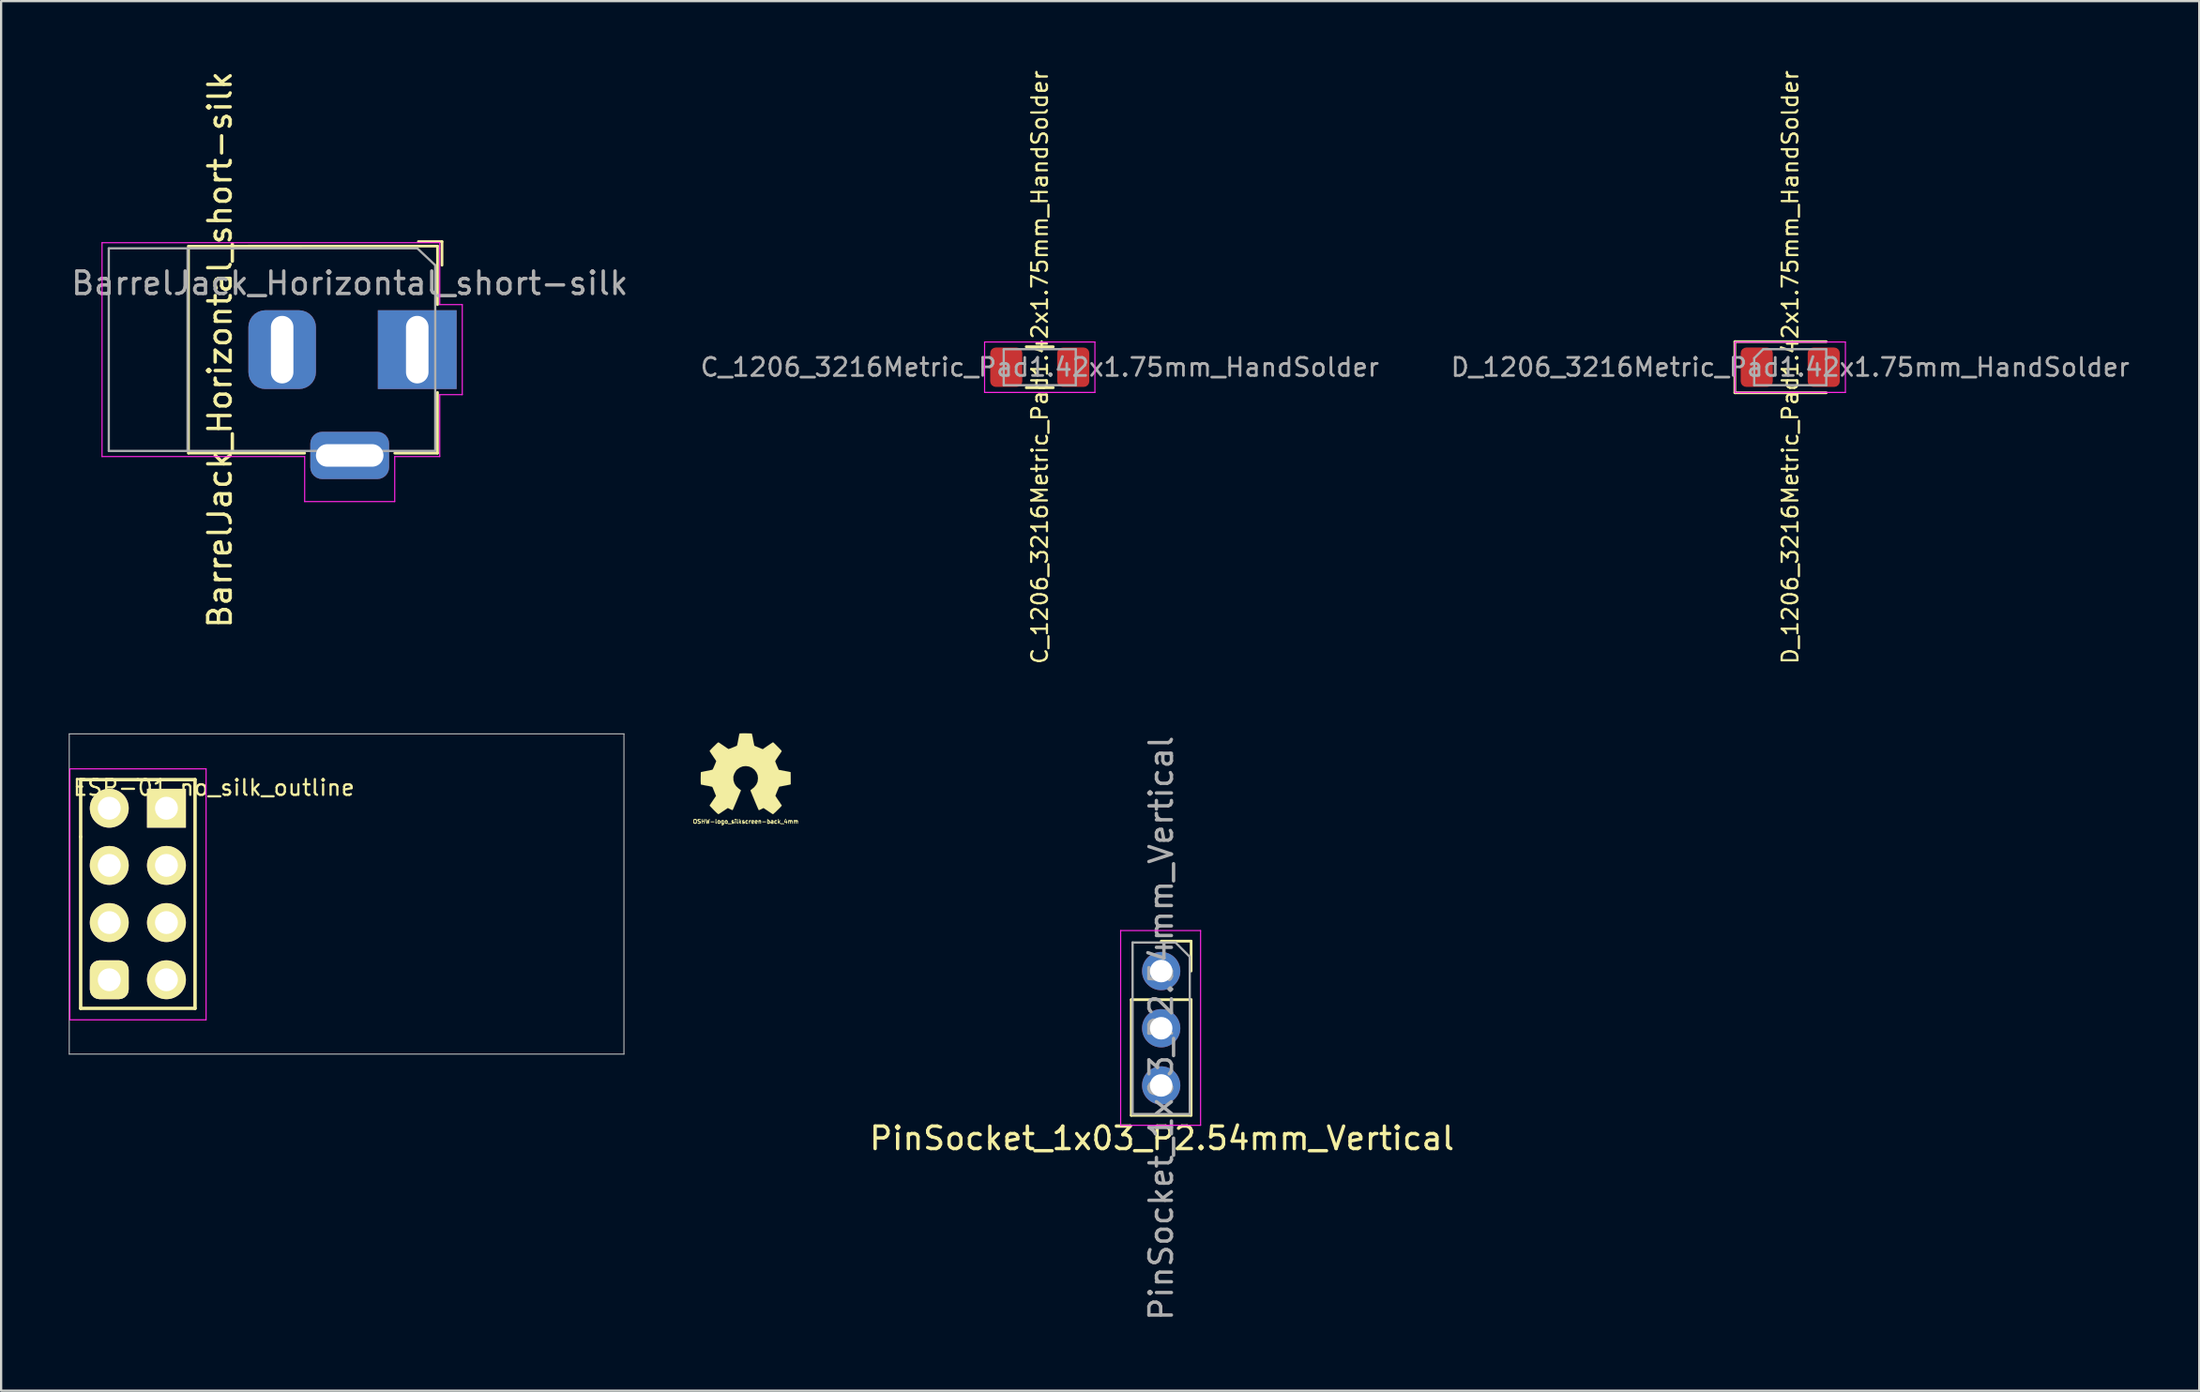
<source format=kicad_pcb>
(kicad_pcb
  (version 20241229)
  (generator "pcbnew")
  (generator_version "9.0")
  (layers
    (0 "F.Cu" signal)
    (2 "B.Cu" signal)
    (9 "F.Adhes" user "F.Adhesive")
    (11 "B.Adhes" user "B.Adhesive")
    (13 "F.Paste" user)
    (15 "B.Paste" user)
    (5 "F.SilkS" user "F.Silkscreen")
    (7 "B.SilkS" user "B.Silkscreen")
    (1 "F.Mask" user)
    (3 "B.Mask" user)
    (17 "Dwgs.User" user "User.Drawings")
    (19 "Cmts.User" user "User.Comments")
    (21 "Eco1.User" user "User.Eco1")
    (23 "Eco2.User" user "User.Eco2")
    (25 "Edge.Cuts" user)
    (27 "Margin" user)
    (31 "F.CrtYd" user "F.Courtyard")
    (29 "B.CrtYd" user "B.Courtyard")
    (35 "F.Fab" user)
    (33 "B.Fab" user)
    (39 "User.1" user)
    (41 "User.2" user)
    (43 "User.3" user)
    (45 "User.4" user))
  (footprint "BarrelJack_Horizontal_short-silk"
    (layer "F.Cu")
    (at 15.482 12.482)
    (property "Reference" "BarrelJack_Horizontal_short-silk" (at -8.763 0 90) (layer "F.SilkS") (effects (font (size 1 1) (thickness 0.15))))
    (attr through_hole)
    (fp_line (start -10.16 -4.597) (end 0.9 -4.6) (stroke (width 0.12) (type solid)) (layer "F.SilkS"))
    (fp_line (start -10.16 4.6) (end -10.16 -4.6) (stroke (width 0.12) (type solid)) (layer "F.SilkS"))
    (fp_line (start -5 4.6) (end -10.16 4.597) (stroke (width 0.12) (type solid)) (layer "F.SilkS"))
    (fp_line (start 0.05 -4.8) (end 1.1 -4.8) (stroke (width 0.12) (type solid)) (layer "F.SilkS"))
    (fp_line (start 0.9 -4.6) (end 0.9 -2) (stroke (width 0.12) (type solid)) (layer "F.SilkS"))
    (fp_line (start 0.9 1.9) (end 0.9 4.6) (stroke (width 0.12) (type solid)) (layer "F.SilkS"))
    (fp_line (start 0.9 4.6) (end -1 4.6) (stroke (width 0.12) (type solid)) (layer "F.SilkS"))
    (fp_line (start 1.1 -3.75) (end 1.1 -4.8) (stroke (width 0.12) (type solid)) (layer "F.SilkS"))
    (fp_line (start -14 4.75) (end -14 -4.75) (stroke (width 0.05) (type solid)) (layer "F.CrtYd"))
    (fp_line (start -5 4.75) (end -14 4.75) (stroke (width 0.05) (type solid)) (layer "F.CrtYd"))
    (fp_line (start -5 6.75) (end -5 4.75) (stroke (width 0.05) (type solid)) (layer "F.CrtYd"))
    (fp_line (start -1 4.75) (end -1 6.75) (stroke (width 0.05) (type solid)) (layer "F.CrtYd"))
    (fp_line (start -1 6.75) (end -5 6.75) (stroke (width 0.05) (type solid)) (layer "F.CrtYd"))
    (fp_line (start 1 -4.75) (end -14 -4.75) (stroke (width 0.05) (type solid)) (layer "F.CrtYd"))
    (fp_line (start 1 -4.5) (end 1 -4.75) (stroke (width 0.05) (type solid)) (layer "F.CrtYd"))
    (fp_line (start 1 -4.5) (end 1 -2) (stroke (width 0.05) (type solid)) (layer "F.CrtYd"))
    (fp_line (start 1 -2) (end 2 -2) (stroke (width 0.05) (type solid)) (layer "F.CrtYd"))
    (fp_line (start 1 2) (end 1 4.75) (stroke (width 0.05) (type solid)) (layer "F.CrtYd"))
    (fp_line (start 1 4.75) (end -1 4.75) (stroke (width 0.05) (type solid)) (layer "F.CrtYd"))
    (fp_line (start 2 -2) (end 2 2) (stroke (width 0.05) (type solid)) (layer "F.CrtYd"))
    (fp_line (start 2 2) (end 1 2) (stroke (width 0.05) (type solid)) (layer "F.CrtYd"))
    (fp_line (start -13.7 -4.5) (end -13.7 4.5) (stroke (width 0.1) (type solid)) (layer "F.Fab"))
    (fp_line (start -13.7 4.5) (end 0.8 4.5) (stroke (width 0.1) (type solid)) (layer "F.Fab"))
    (fp_line (start -10.2 -4.5) (end -10.2 4.5) (stroke (width 0.1) (type solid)) (layer "F.Fab"))
    (fp_line (start -0.003 -4.505) (end 0.8 -3.75) (stroke (width 0.1) (type solid)) (layer "F.Fab"))
    (fp_line (start 0 -4.5) (end -13.7 -4.5) (stroke (width 0.1) (type solid)) (layer "F.Fab"))
    (fp_line (start 0.8 4.5) (end 0.8 -3.75) (stroke (width 0.1) (type solid)) (layer "F.Fab"))
    (fp_text user "${REFERENCE}" (at -3 -2.95 0) (layer "F.Fab") (effects (font (size 1 1) (thickness 0.15))))
    (pad "1" thru_hole rect (at 0 0) (size 3.5 3.5) (drill oval 1 3) (layers "*.Cu" "*.Mask"))
    (pad "2" thru_hole roundrect (at -6 0) (size 3 3.5) (drill oval 1 3) (layers "*.Cu" "*.Mask") (roundrect_rratio 0.25))
    (pad "3" thru_hole roundrect (at -3 4.7) (size 3.5 2.1) (drill oval 3 1) (layers "*.Cu" "*.Mask") (roundrect_rratio 0.25)))
  (footprint "OSHW-logo_silkscreen-back_4mm"
    (layer "F.Cu")
    (at 30.072 31.324)
    (property "Reference" "OSHW-logo_silkscreen-back_4mm" (at 0 2.121 0) (layer "F.SilkS") (effects (font (size 0.18 0.18) (thickness 0.036))))
    (attr through_hole)
    (fp_poly (pts (xy 1.212 1.796) (xy 1.191 1.786) (xy 1.143 1.755) (xy 1.077 1.712) (xy 0.998 1.659) (xy 0.919 1.605) (xy 0.853 1.562) (xy 0.808 1.532) (xy 0.79 1.521) (xy 0.78 1.524) (xy 0.742 1.544) (xy 0.686 1.572) (xy 0.655 1.587) (xy 0.605 1.61) (xy 0.579 1.615) (xy 0.577 1.608) (xy 0.556 1.57) (xy 0.528 1.504) (xy 0.49 1.417) (xy 0.447 1.316) (xy 0.401 1.206) (xy 0.356 1.095) (xy 0.31 0.988) (xy 0.272 0.892) (xy 0.239 0.815) (xy 0.218 0.759) (xy 0.211 0.737) (xy 0.213 0.732) (xy 0.239 0.709) (xy 0.282 0.676) (xy 0.378 0.597) (xy 0.47 0.48) (xy 0.528 0.348) (xy 0.546 0.201) (xy 0.531 0.066) (xy 0.478 -0.064) (xy 0.386 -0.183) (xy 0.274 -0.269) (xy 0.145 -0.325) (xy 0 -0.343) (xy -0.14 -0.328) (xy -0.272 -0.274) (xy -0.391 -0.185) (xy -0.439 -0.127) (xy -0.508 -0.008) (xy -0.549 0.119) (xy -0.551 0.15) (xy -0.546 0.292) (xy -0.505 0.427) (xy -0.432 0.546) (xy -0.328 0.645) (xy -0.315 0.655) (xy -0.267 0.691) (xy -0.236 0.714) (xy -0.211 0.734) (xy -0.389 1.166) (xy -0.417 1.234) (xy -0.467 1.351) (xy -0.511 1.453) (xy -0.544 1.534) (xy -0.569 1.587) (xy -0.579 1.61) (xy -0.594 1.613) (xy -0.627 1.6) (xy -0.688 1.572) (xy -0.729 1.552) (xy -0.775 1.529) (xy -0.795 1.521) (xy -0.813 1.532) (xy -0.856 1.56) (xy -0.919 1.603) (xy -0.996 1.654) (xy -1.069 1.704) (xy -1.138 1.75) (xy -1.186 1.781) (xy -1.212 1.793) (xy -1.214 1.793) (xy -1.234 1.781) (xy -1.275 1.75) (xy -1.333 1.694) (xy -1.415 1.613) (xy -1.427 1.6) (xy -1.496 1.529) (xy -1.552 1.471) (xy -1.59 1.43) (xy -1.603 1.412) (xy -1.59 1.387) (xy -1.56 1.339) (xy -1.514 1.27) (xy -1.46 1.191) (xy -1.318 0.983) (xy -1.397 0.787) (xy -1.42 0.729) (xy -1.45 0.655) (xy -1.473 0.605) (xy -1.486 0.582) (xy -1.506 0.574) (xy -1.56 0.561) (xy -1.638 0.544) (xy -1.73 0.528) (xy -1.819 0.511) (xy -1.897 0.495) (xy -1.956 0.485) (xy -1.981 0.48) (xy -1.986 0.475) (xy -1.991 0.462) (xy -1.996 0.437) (xy -1.996 0.389) (xy -1.999 0.312) (xy -1.999 0.201) (xy -1.999 0.191) (xy -1.996 0.084) (xy -1.996 0) (xy -1.994 -0.053) (xy -1.989 -0.074) (xy -1.963 -0.081) (xy -1.908 -0.091) (xy -1.829 -0.109) (xy -1.732 -0.127) (xy -1.727 -0.127) (xy -1.633 -0.145) (xy -1.554 -0.163) (xy -1.499 -0.175) (xy -1.476 -0.183) (xy -1.471 -0.188) (xy -1.45 -0.226) (xy -1.422 -0.284) (xy -1.392 -0.356) (xy -1.361 -0.429) (xy -1.333 -0.498) (xy -1.316 -0.546) (xy -1.311 -0.569) (xy -1.326 -0.592) (xy -1.359 -0.643) (xy -1.405 -0.709) (xy -1.46 -0.79) (xy -1.463 -0.798) (xy -1.519 -0.876) (xy -1.562 -0.945) (xy -1.593 -0.993) (xy -1.603 -1.013) (xy -1.603 -1.016) (xy -1.585 -1.039) (xy -1.544 -1.085) (xy -1.486 -1.146) (xy -1.415 -1.217) (xy -1.392 -1.237) (xy -1.316 -1.313) (xy -1.262 -1.364) (xy -1.227 -1.389) (xy -1.212 -1.397) (xy -1.212 -1.394) (xy -1.186 -1.382) (xy -1.135 -1.349) (xy -1.067 -1.3) (xy -0.986 -1.247) (xy -0.98 -1.242) (xy -0.902 -1.189) (xy -0.836 -1.143) (xy -0.787 -1.113) (xy -0.767 -1.1) (xy -0.762 -1.1) (xy -0.732 -1.11) (xy -0.673 -1.128) (xy -0.605 -1.156) (xy -0.531 -1.186) (xy -0.462 -1.214) (xy -0.411 -1.237) (xy -0.389 -1.25) (xy -0.389 -1.252) (xy -0.378 -1.28) (xy -0.366 -1.341) (xy -0.348 -1.422) (xy -0.33 -1.521) (xy -0.328 -1.537) (xy -0.31 -1.631) (xy -0.295 -1.709) (xy -0.282 -1.765) (xy -0.277 -1.788) (xy -0.264 -1.791) (xy -0.216 -1.793) (xy -0.145 -1.796) (xy -0.058 -1.796) (xy 0.03 -1.796) (xy 0.117 -1.793) (xy 0.193 -1.791) (xy 0.246 -1.788) (xy 0.269 -1.783) (xy 0.272 -1.781) (xy 0.279 -1.753) (xy 0.292 -1.692) (xy 0.31 -1.61) (xy 0.328 -1.511) (xy 0.33 -1.494) (xy 0.348 -1.4) (xy 0.366 -1.321) (xy 0.376 -1.267) (xy 0.384 -1.247) (xy 0.391 -1.242) (xy 0.429 -1.224) (xy 0.493 -1.199) (xy 0.574 -1.166) (xy 0.757 -1.092) (xy 0.98 -1.247) (xy 1.001 -1.26) (xy 1.082 -1.316) (xy 1.148 -1.359) (xy 1.194 -1.389) (xy 1.214 -1.4) (xy 1.237 -1.379) (xy 1.283 -1.339) (xy 1.344 -1.278) (xy 1.412 -1.209) (xy 1.466 -1.156) (xy 1.527 -1.092) (xy 1.567 -1.052) (xy 1.587 -1.024) (xy 1.595 -1.006) (xy 1.593 -0.996) (xy 1.58 -0.973) (xy 1.547 -0.925) (xy 1.501 -0.856) (xy 1.445 -0.777) (xy 1.4 -0.709) (xy 1.351 -0.635) (xy 1.321 -0.582) (xy 1.308 -0.554) (xy 1.311 -0.544) (xy 1.328 -0.5) (xy 1.354 -0.432) (xy 1.387 -0.353) (xy 1.466 -0.175) (xy 1.582 -0.155) (xy 1.654 -0.14) (xy 1.753 -0.122) (xy 1.847 -0.104) (xy 1.994 -0.074) (xy 1.999 0.465) (xy 1.976 0.475) (xy 1.953 0.483) (xy 1.9 0.493) (xy 1.821 0.508) (xy 1.73 0.526) (xy 1.651 0.541) (xy 1.572 0.556) (xy 1.516 0.566) (xy 1.491 0.572) (xy 1.483 0.582) (xy 1.463 0.62) (xy 1.435 0.681) (xy 1.405 0.754) (xy 1.374 0.828) (xy 1.346 0.899) (xy 1.326 0.953) (xy 1.318 0.98) (xy 1.328 1.001) (xy 1.359 1.046) (xy 1.402 1.113) (xy 1.455 1.191) (xy 1.511 1.27) (xy 1.554 1.339) (xy 1.587 1.387) (xy 1.6 1.407) (xy 1.593 1.422) (xy 1.562 1.46) (xy 1.504 1.521) (xy 1.415 1.61) (xy 1.4 1.623) (xy 1.331 1.692) (xy 1.27 1.745) (xy 1.229 1.783) (xy 1.212 1.796)) (stroke (width 0.003) (type solid)) (fill yes) (layer "F.SilkS")))
  (footprint "ESP-01_no_silk_outline"
    (layer "F.Cu")
    (at 1.803 32.854)
    (property "Reference" "ESP-01_no_silk_outline" (at 4.648 -0.914 180) (layer "F.SilkS") (effects (font (size 0.7 0.7) (thickness 0.1))))
    (attr through_hole)
    (fp_line (start -1.27 -1.27) (end -1.27 1.27) (stroke (width 0.152) (type solid)) (layer "F.SilkS"))
    (fp_line (start -1.27 1.27) (end -1.27 8.89) (stroke (width 0.152) (type solid)) (layer "F.SilkS"))
    (fp_line (start -1.27 8.89) (end 3.81 8.89) (stroke (width 0.152) (type solid)) (layer "F.SilkS"))
    (fp_line (start 1.27 -1.27) (end -1.27 -1.27) (stroke (width 0.152) (type solid)) (layer "F.SilkS"))
    (fp_line (start 3.81 -1.27) (end 1.27 -1.27) (stroke (width 0.152) (type solid)) (layer "F.SilkS"))
    (fp_line (start 3.81 8.89) (end 3.81 -1.27) (stroke (width 0.152) (type solid)) (layer "F.SilkS"))
    (fp_line (start -1.75 -1.75) (end -1.75 9.4) (stroke (width 0.05) (type solid)) (layer "F.CrtYd"))
    (fp_line (start -1.75 -1.75) (end 4.3 -1.75) (stroke (width 0.05) (type solid)) (layer "F.CrtYd"))
    (fp_line (start -1.75 9.4) (end 4.3 9.4) (stroke (width 0.05) (type solid)) (layer "F.CrtYd"))
    (fp_line (start 4.3 -1.75) (end 4.3 9.4) (stroke (width 0.05) (type solid)) (layer "F.CrtYd"))
    (fp_line (start -1.778 -3.302) (end 22.86 -3.302) (stroke (width 0.05) (type solid)) (layer "F.Fab"))
    (fp_line (start -1.778 10.922) (end -1.778 -3.302) (stroke (width 0.05) (type solid)) (layer "F.Fab"))
    (fp_line (start 22.86 -3.302) (end 22.86 10.922) (stroke (width 0.05) (type solid)) (layer "F.Fab"))
    (fp_line (start 22.86 10.922) (end -1.778 10.922) (stroke (width 0.05) (type solid)) (layer "F.Fab"))
    (pad "1" thru_hole circle (at 0 0) (size 1.727 1.727) (drill 1.016) (layers "*.Cu" "*.Mask" "F.SilkS"))
    (pad "2" thru_hole rect (at 2.54 0) (size 1.727 1.727) (drill 1.016) (layers "*.Cu" "*.Mask" "F.SilkS"))
    (pad "3" thru_hole oval (at 0 2.54) (size 1.727 1.727) (drill 1.016) (layers "*.Cu" "*.Mask" "F.SilkS"))
    (pad "4" thru_hole oval (at 2.54 2.54) (size 1.727 1.727) (drill 1.016) (layers "*.Cu" "*.Mask" "F.SilkS"))
    (pad "5" thru_hole oval (at 0 5.08) (size 1.727 1.727) (drill 1.016) (layers "*.Cu" "*.Mask" "F.SilkS"))
    (pad "6" thru_hole oval (at 2.54 5.08) (size 1.727 1.727) (drill 1.016) (layers "*.Cu" "*.Mask" "F.SilkS"))
    (pad "7" thru_hole roundrect (at 0 7.62) (size 1.727 1.727) (drill 1.016) (layers "*.Cu" "*.Mask" "F.SilkS") (roundrect_rratio 0.25))
    (pad "8" thru_hole oval (at 2.54 7.62) (size 1.727 1.727) (drill 1.016) (layers "*.Cu" "*.Mask" "F.SilkS")))
  (footprint "C_1206_3216Metric_Pad1.42x1.75mm_HandSolder"
    (layer "F.Cu")
    (at 43.131 13.263)
    (property "Reference" "C_1206_3216Metric_Pad1.42x1.75mm_HandSolder" (at 0 0 90) (layer "F.SilkS") (effects (font (size 0.7 0.7) (thickness 0.1))))
    (attr smd)
    (fp_line (start -0.602 -0.91) (end 0.602 -0.91) (stroke (width 0.12) (type solid)) (layer "F.SilkS"))
    (fp_line (start -0.602 0.91) (end 0.602 0.91) (stroke (width 0.12) (type solid)) (layer "F.SilkS"))
    (fp_line (start -2.45 -1.12) (end 2.45 -1.12) (stroke (width 0.05) (type solid)) (layer "F.CrtYd"))
    (fp_line (start -2.45 1.12) (end -2.45 -1.12) (stroke (width 0.05) (type solid)) (layer "F.CrtYd"))
    (fp_line (start 2.45 -1.12) (end 2.45 1.12) (stroke (width 0.05) (type solid)) (layer "F.CrtYd"))
    (fp_line (start 2.45 1.12) (end -2.45 1.12) (stroke (width 0.05) (type solid)) (layer "F.CrtYd"))
    (fp_line (start -1.6 -0.8) (end 1.6 -0.8) (stroke (width 0.1) (type solid)) (layer "F.Fab"))
    (fp_line (start -1.6 0.8) (end -1.6 -0.8) (stroke (width 0.1) (type solid)) (layer "F.Fab"))
    (fp_line (start 1.6 -0.8) (end 1.6 0.8) (stroke (width 0.1) (type solid)) (layer "F.Fab"))
    (fp_line (start 1.6 0.8) (end -1.6 0.8) (stroke (width 0.1) (type solid)) (layer "F.Fab"))
    (fp_text user "${REFERENCE}" (at 0 0 0) (layer "F.Fab") (effects (font (size 0.8 0.8) (thickness 0.12))))
    (pad "1" smd roundrect (at -1.488 0) (size 1.425 1.75) (layers "F.Cu" "F.Mask" "F.Paste") (roundrect_rratio 0.175))
    (pad "2" smd roundrect (at 1.488 0) (size 1.425 1.75) (layers "F.Cu" "F.Mask" "F.Paste") (roundrect_rratio 0.175)))
  (footprint "D_1206_3216Metric_Pad1.42x1.75mm_HandSolder"
    (layer "F.Cu")
    (at 76.464 13.263)
    (property "Reference" "D_1206_3216Metric_Pad1.42x1.75mm_HandSolder" (at 0 0 90) (layer "F.SilkS") (effects (font (size 0.7 0.7) (thickness 0.1))))
    (attr smd)
    (fp_line (start -2.46 -1.135) (end -2.46 1.135) (stroke (width 0.12) (type solid)) (layer "F.SilkS"))
    (fp_line (start -2.46 1.135) (end 1.6 1.135) (stroke (width 0.12) (type solid)) (layer "F.SilkS"))
    (fp_line (start 1.6 -1.135) (end -2.46 -1.135) (stroke (width 0.12) (type solid)) (layer "F.SilkS"))
    (fp_line (start -2.45 -1.12) (end 2.45 -1.12) (stroke (width 0.05) (type solid)) (layer "F.CrtYd"))
    (fp_line (start -2.45 1.12) (end -2.45 -1.12) (stroke (width 0.05) (type solid)) (layer "F.CrtYd"))
    (fp_line (start 2.45 -1.12) (end 2.45 1.12) (stroke (width 0.05) (type solid)) (layer "F.CrtYd"))
    (fp_line (start 2.45 1.12) (end -2.45 1.12) (stroke (width 0.05) (type solid)) (layer "F.CrtYd"))
    (fp_line (start -1.6 -0.4) (end -1.6 0.8) (stroke (width 0.1) (type solid)) (layer "F.Fab"))
    (fp_line (start -1.6 0.8) (end 1.6 0.8) (stroke (width 0.1) (type solid)) (layer "F.Fab"))
    (fp_line (start -1.2 -0.8) (end -1.6 -0.4) (stroke (width 0.1) (type solid)) (layer "F.Fab"))
    (fp_line (start 1.6 -0.8) (end -1.2 -0.8) (stroke (width 0.1) (type solid)) (layer "F.Fab"))
    (fp_line (start 1.6 0.8) (end 1.6 -0.8) (stroke (width 0.1) (type solid)) (layer "F.Fab"))
    (fp_text user "${REFERENCE}" (at 0 0 0) (layer "F.Fab") (effects (font (size 0.8 0.8) (thickness 0.12))))
    (pad "1" smd roundrect (at -1.488 0) (size 1.425 1.75) (layers "F.Cu" "F.Mask" "F.Paste") (roundrect_rratio 0.175))
    (pad "2" smd roundrect (at 1.488 0) (size 1.425 1.75) (layers "F.Cu" "F.Mask" "F.Paste") (roundrect_rratio 0.175)))
  (footprint "PinSocket_1x03_P2.54mm_Vertical"
    (layer "F.Cu")
    (at 48.524 40.088)
    (property "Reference" "PinSocket_1x03_P2.54mm_Vertical" (at 0.033 7.43 0) (layer "F.SilkS") (effects (font (size 1 1) (thickness 0.15))))
    (attr through_hole)
    (fp_line (start -1.33 1.27) (end -1.33 6.41) (stroke (width 0.12) (type solid)) (layer "F.SilkS"))
    (fp_line (start -1.33 1.27) (end 1.33 1.27) (stroke (width 0.12) (type solid)) (layer "F.SilkS"))
    (fp_line (start -1.33 6.41) (end 1.33 6.41) (stroke (width 0.12) (type solid)) (layer "F.SilkS"))
    (fp_line (start 0 -1.33) (end 1.33 -1.33) (stroke (width 0.12) (type solid)) (layer "F.SilkS"))
    (fp_line (start 1.33 -1.33) (end 1.33 0) (stroke (width 0.12) (type solid)) (layer "F.SilkS"))
    (fp_line (start 1.33 1.27) (end 1.33 6.41) (stroke (width 0.12) (type solid)) (layer "F.SilkS"))
    (fp_line (start -1.8 -1.8) (end 1.75 -1.8) (stroke (width 0.05) (type solid)) (layer "F.CrtYd"))
    (fp_line (start -1.8 6.85) (end -1.8 -1.8) (stroke (width 0.05) (type solid)) (layer "F.CrtYd"))
    (fp_line (start 1.75 -1.8) (end 1.75 6.85) (stroke (width 0.05) (type solid)) (layer "F.CrtYd"))
    (fp_line (start 1.75 6.85) (end -1.8 6.85) (stroke (width 0.05) (type solid)) (layer "F.CrtYd"))
    (fp_line (start -1.27 -1.27) (end 0.635 -1.27) (stroke (width 0.1) (type solid)) (layer "F.Fab"))
    (fp_line (start -1.27 6.35) (end -1.27 -1.27) (stroke (width 0.1) (type solid)) (layer "F.Fab"))
    (fp_line (start 0.635 -1.27) (end 1.27 -0.635) (stroke (width 0.1) (type solid)) (layer "F.Fab"))
    (fp_line (start 1.27 -0.635) (end 1.27 6.35) (stroke (width 0.1) (type solid)) (layer "F.Fab"))
    (fp_line (start 1.27 6.35) (end -1.27 6.35) (stroke (width 0.1) (type solid)) (layer "F.Fab"))
    (fp_text user "${REFERENCE}" (at 0 2.54 90) (layer "F.Fab") (effects (font (size 1 1) (thickness 0.15))))
    (pad "1" thru_hole circle (at 0 0) (size 1.7 1.7) (drill 1) (layers "*.Cu" "*.Mask"))
    (pad "2" thru_hole oval (at 0 2.54) (size 1.7 1.7) (drill 1) (layers "*.Cu" "*.Mask"))
    (pad "3" thru_hole oval (at 0 5.08) (size 1.7 1.7) (drill 1) (layers "*.Cu" "*.Mask")))
  (gr_rect
    (start -3 -3)
    (end 94.631 58.729)
    (stroke (width 0.1) (type default))
    (fill no)
    (layer "Edge.Cuts")))
</source>
